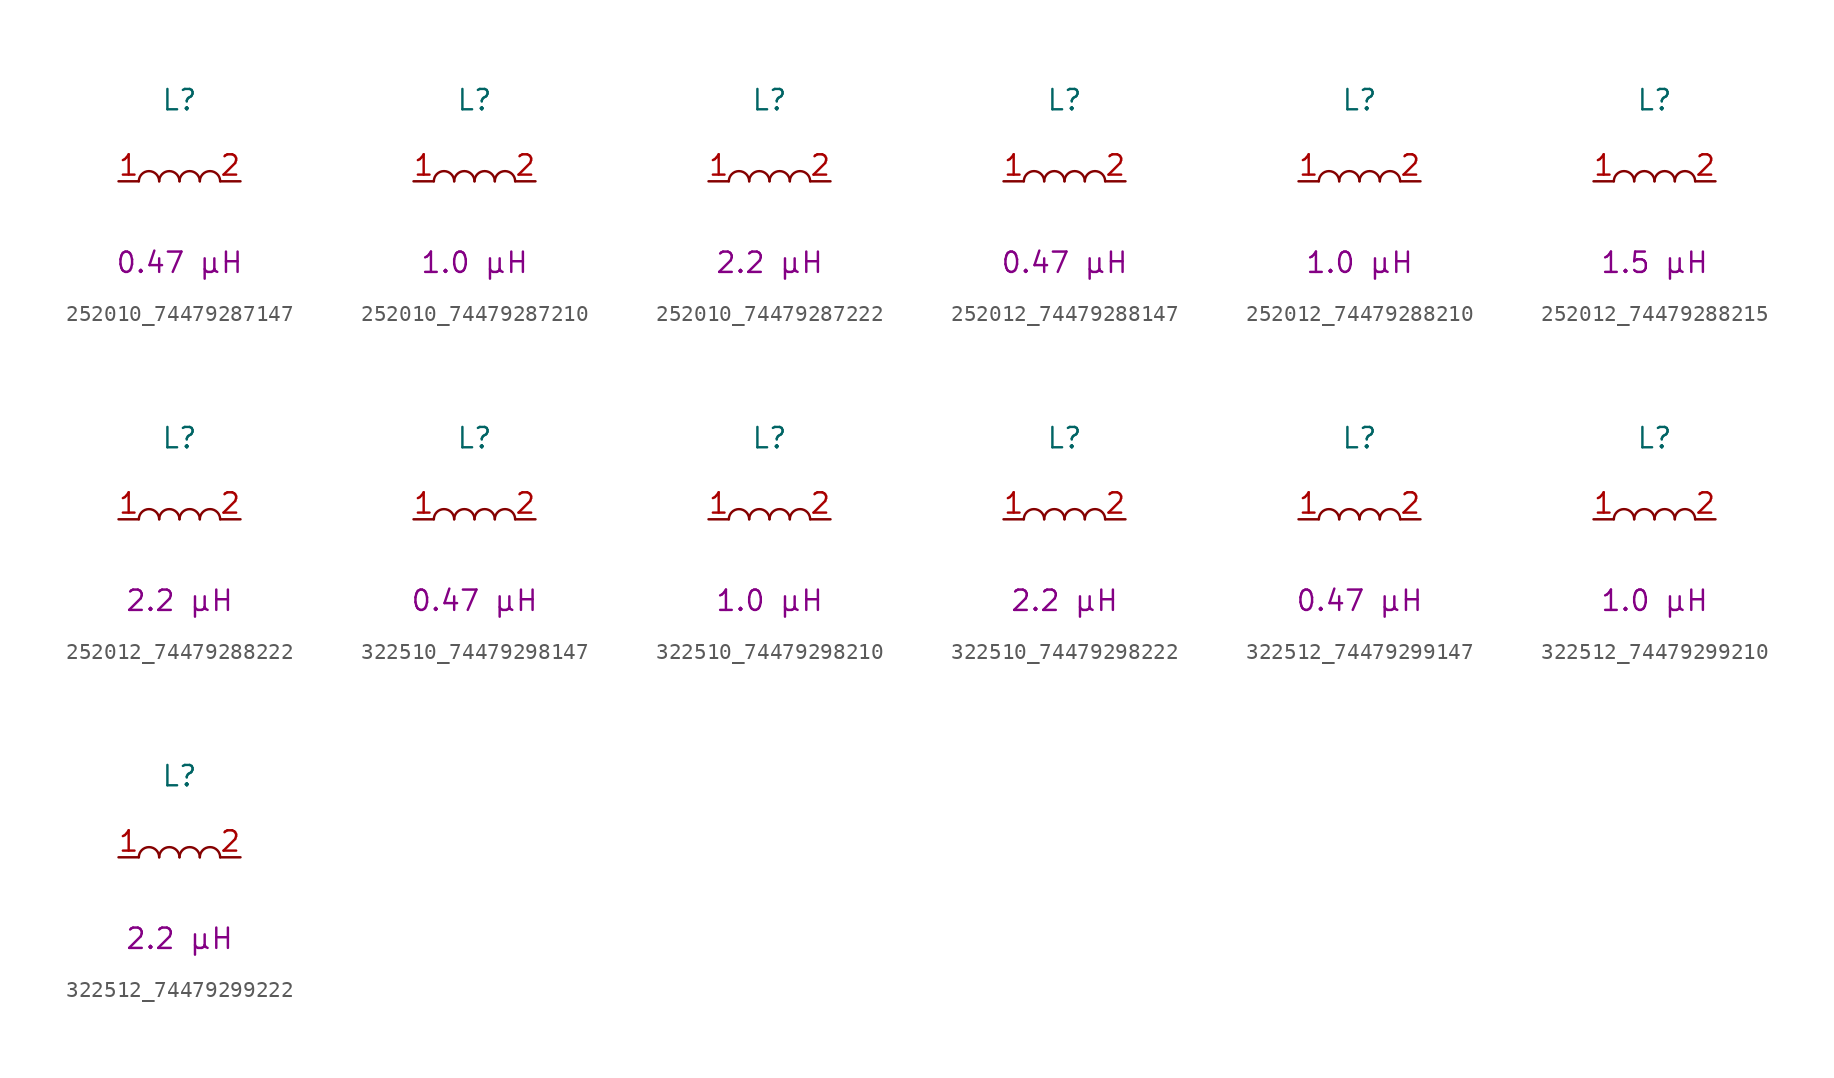
<source format=kicad_sym>
(kicad_symbol_lib
  (version 20220914)
  (generator kicad_symbol_editor)
  (symbol "252010_74479287147"
    (pin_names hide)
    (property "Reference" "L"
      (at 0 5.08 0)
      (effects (font (size 1.27 1.27))))
    (property "Critical Parameter" "0.47 µH"
      (at 0 -5.08 0)
      (effects (font (size 1.27 1.27))))
    (symbol "252010_74479287147_0_1"
      (arc (start -1.27 0) (mid -1.905 0.6323) (end -2.54 0) (stroke (width 0) (type default)) (fill (type none)))
      (arc (start 0 0) (mid -0.635 0.6323) (end -1.27 0) (stroke (width 0) (type default)) (fill (type none)))
      (arc (start 1.27 0) (mid 0.635 0.6323) (end 0 0) (stroke (width 0) (type default)) (fill (type none)))
      (arc (start 2.54 0) (mid 1.905 0.6323) (end 1.27 0) (stroke (width 0) (type default)) (fill (type none))))
    (symbol "252010_74479287147_1_1"
      (pin passive line (at -3.81 0 0) (length 1.27) (name "1" (effects (font (size 1.27 1.27)))) (number "1" (effects (font (size 1.27 1.27)))))
      (pin passive line (at 3.81 0 180) (length 1.27) (name "2" (effects (font (size 1.27 1.27)))) (number "2" (effects (font (size 1.27 1.27)))))))
  (symbol "252010_74479287210"
    (pin_names hide)
    (property "Reference" "L"
      (at 0 5.08 0)
      (effects (font (size 1.27 1.27))))
    (property "Critical Parameter" "1.0 µH"
      (at 0 -5.08 0)
      (effects (font (size 1.27 1.27))))
    (symbol "252010_74479287210_0_1"
      (arc (start -1.27 0) (mid -1.905 0.6323) (end -2.54 0) (stroke (width 0) (type default)) (fill (type none)))
      (arc (start 0 0) (mid -0.635 0.6323) (end -1.27 0) (stroke (width 0) (type default)) (fill (type none)))
      (arc (start 1.27 0) (mid 0.635 0.6323) (end 0 0) (stroke (width 0) (type default)) (fill (type none)))
      (arc (start 2.54 0) (mid 1.905 0.6323) (end 1.27 0) (stroke (width 0) (type default)) (fill (type none))))
    (symbol "252010_74479287210_1_1"
      (pin passive line (at -3.81 0 0) (length 1.27) (name "1" (effects (font (size 1.27 1.27)))) (number "1" (effects (font (size 1.27 1.27)))))
      (pin passive line (at 3.81 0 180) (length 1.27) (name "2" (effects (font (size 1.27 1.27)))) (number "2" (effects (font (size 1.27 1.27)))))))
  (symbol "252010_74479287222"
    (pin_names hide)
    (property "Reference" "L"
      (at 0 5.08 0)
      (effects (font (size 1.27 1.27))))
    (property "Critical Parameter" "2.2 µH"
      (at 0 -5.08 0)
      (effects (font (size 1.27 1.27))))
    (symbol "252010_74479287222_0_1"
      (arc (start -1.27 0) (mid -1.905 0.6323) (end -2.54 0) (stroke (width 0) (type default)) (fill (type none)))
      (arc (start 0 0) (mid -0.635 0.6323) (end -1.27 0) (stroke (width 0) (type default)) (fill (type none)))
      (arc (start 1.27 0) (mid 0.635 0.6323) (end 0 0) (stroke (width 0) (type default)) (fill (type none)))
      (arc (start 2.54 0) (mid 1.905 0.6323) (end 1.27 0) (stroke (width 0) (type default)) (fill (type none))))
    (symbol "252010_74479287222_1_1"
      (pin passive line (at -3.81 0 0) (length 1.27) (name "1" (effects (font (size 1.27 1.27)))) (number "1" (effects (font (size 1.27 1.27)))))
      (pin passive line (at 3.81 0 180) (length 1.27) (name "2" (effects (font (size 1.27 1.27)))) (number "2" (effects (font (size 1.27 1.27)))))))
  (symbol "252012_74479288147"
    (pin_names hide)
    (property "Reference" "L"
      (at 0 5.08 0)
      (effects (font (size 1.27 1.27))))
    (property "Critical Parameter" "0.47 µH"
      (at 0 -5.08 0)
      (effects (font (size 1.27 1.27))))
    (symbol "252012_74479288147_0_1"
      (arc (start -1.27 0) (mid -1.905 0.6323) (end -2.54 0) (stroke (width 0) (type default)) (fill (type none)))
      (arc (start 0 0) (mid -0.635 0.6323) (end -1.27 0) (stroke (width 0) (type default)) (fill (type none)))
      (arc (start 1.27 0) (mid 0.635 0.6323) (end 0 0) (stroke (width 0) (type default)) (fill (type none)))
      (arc (start 2.54 0) (mid 1.905 0.6323) (end 1.27 0) (stroke (width 0) (type default)) (fill (type none))))
    (symbol "252012_74479288147_1_1"
      (pin passive line (at -3.81 0 0) (length 1.27) (name "1" (effects (font (size 1.27 1.27)))) (number "1" (effects (font (size 1.27 1.27)))))
      (pin passive line (at 3.81 0 180) (length 1.27) (name "2" (effects (font (size 1.27 1.27)))) (number "2" (effects (font (size 1.27 1.27)))))))
  (symbol "252012_74479288210"
    (pin_names hide)
    (property "Reference" "L"
      (at 0 5.08 0)
      (effects (font (size 1.27 1.27))))
    (property "Critical Parameter" "1.0 µH"
      (at 0 -5.08 0)
      (effects (font (size 1.27 1.27))))
    (symbol "252012_74479288210_0_1"
      (arc (start -1.27 0) (mid -1.905 0.6323) (end -2.54 0) (stroke (width 0) (type default)) (fill (type none)))
      (arc (start 0 0) (mid -0.635 0.6323) (end -1.27 0) (stroke (width 0) (type default)) (fill (type none)))
      (arc (start 1.27 0) (mid 0.635 0.6323) (end 0 0) (stroke (width 0) (type default)) (fill (type none)))
      (arc (start 2.54 0) (mid 1.905 0.6323) (end 1.27 0) (stroke (width 0) (type default)) (fill (type none))))
    (symbol "252012_74479288210_1_1"
      (pin passive line (at -3.81 0 0) (length 1.27) (name "1" (effects (font (size 1.27 1.27)))) (number "1" (effects (font (size 1.27 1.27)))))
      (pin passive line (at 3.81 0 180) (length 1.27) (name "2" (effects (font (size 1.27 1.27)))) (number "2" (effects (font (size 1.27 1.27)))))))
  (symbol "252012_74479288215"
    (pin_names hide)
    (property "Reference" "L"
      (at 0 5.08 0)
      (effects (font (size 1.27 1.27))))
    (property "Critical Parameter" "1.5 µH"
      (at 0 -5.08 0)
      (effects (font (size 1.27 1.27))))
    (symbol "252012_74479288215_0_1"
      (arc (start -1.27 0) (mid -1.905 0.6323) (end -2.54 0) (stroke (width 0) (type default)) (fill (type none)))
      (arc (start 0 0) (mid -0.635 0.6323) (end -1.27 0) (stroke (width 0) (type default)) (fill (type none)))
      (arc (start 1.27 0) (mid 0.635 0.6323) (end 0 0) (stroke (width 0) (type default)) (fill (type none)))
      (arc (start 2.54 0) (mid 1.905 0.6323) (end 1.27 0) (stroke (width 0) (type default)) (fill (type none))))
    (symbol "252012_74479288215_1_1"
      (pin passive line (at -3.81 0 0) (length 1.27) (name "1" (effects (font (size 1.27 1.27)))) (number "1" (effects (font (size 1.27 1.27)))))
      (pin passive line (at 3.81 0 180) (length 1.27) (name "2" (effects (font (size 1.27 1.27)))) (number "2" (effects (font (size 1.27 1.27)))))))
  (symbol "252012_74479288222"
    (pin_names hide)
    (property "Reference" "L"
      (at 0 5.08 0)
      (effects (font (size 1.27 1.27))))
    (property "Critical Parameter" "2.2 µH"
      (at 0 -5.08 0)
      (effects (font (size 1.27 1.27))))
    (symbol "252012_74479288222_0_1"
      (arc (start -1.27 0) (mid -1.905 0.6323) (end -2.54 0) (stroke (width 0) (type default)) (fill (type none)))
      (arc (start 0 0) (mid -0.635 0.6323) (end -1.27 0) (stroke (width 0) (type default)) (fill (type none)))
      (arc (start 1.27 0) (mid 0.635 0.6323) (end 0 0) (stroke (width 0) (type default)) (fill (type none)))
      (arc (start 2.54 0) (mid 1.905 0.6323) (end 1.27 0) (stroke (width 0) (type default)) (fill (type none))))
    (symbol "252012_74479288222_1_1"
      (pin passive line (at -3.81 0 0) (length 1.27) (name "1" (effects (font (size 1.27 1.27)))) (number "1" (effects (font (size 1.27 1.27)))))
      (pin passive line (at 3.81 0 180) (length 1.27) (name "2" (effects (font (size 1.27 1.27)))) (number "2" (effects (font (size 1.27 1.27)))))))
  (symbol "322510_74479298147"
    (pin_names hide)
    (property "Reference" "L"
      (at 0 5.08 0)
      (effects (font (size 1.27 1.27))))
    (property "Critical Parameter" "0.47 µH"
      (at 0 -5.08 0)
      (effects (font (size 1.27 1.27))))
    (symbol "322510_74479298147_0_1"
      (arc (start -1.27 0) (mid -1.905 0.6323) (end -2.54 0) (stroke (width 0) (type default)) (fill (type none)))
      (arc (start 0 0) (mid -0.635 0.6323) (end -1.27 0) (stroke (width 0) (type default)) (fill (type none)))
      (arc (start 1.27 0) (mid 0.635 0.6323) (end 0 0) (stroke (width 0) (type default)) (fill (type none)))
      (arc (start 2.54 0) (mid 1.905 0.6323) (end 1.27 0) (stroke (width 0) (type default)) (fill (type none))))
    (symbol "322510_74479298147_1_1"
      (pin passive line (at -3.81 0 0) (length 1.27) (name "1" (effects (font (size 1.27 1.27)))) (number "1" (effects (font (size 1.27 1.27)))))
      (pin passive line (at 3.81 0 180) (length 1.27) (name "2" (effects (font (size 1.27 1.27)))) (number "2" (effects (font (size 1.27 1.27)))))))
  (symbol "322510_74479298210"
    (pin_names hide)
    (property "Reference" "L"
      (at 0 5.08 0)
      (effects (font (size 1.27 1.27))))
    (property "Critical Parameter" "1.0 µH"
      (at 0 -5.08 0)
      (effects (font (size 1.27 1.27))))
    (symbol "322510_74479298210_0_1"
      (arc (start -1.27 0) (mid -1.905 0.6323) (end -2.54 0) (stroke (width 0) (type default)) (fill (type none)))
      (arc (start 0 0) (mid -0.635 0.6323) (end -1.27 0) (stroke (width 0) (type default)) (fill (type none)))
      (arc (start 1.27 0) (mid 0.635 0.6323) (end 0 0) (stroke (width 0) (type default)) (fill (type none)))
      (arc (start 2.54 0) (mid 1.905 0.6323) (end 1.27 0) (stroke (width 0) (type default)) (fill (type none))))
    (symbol "322510_74479298210_1_1"
      (pin passive line (at -3.81 0 0) (length 1.27) (name "1" (effects (font (size 1.27 1.27)))) (number "1" (effects (font (size 1.27 1.27)))))
      (pin passive line (at 3.81 0 180) (length 1.27) (name "2" (effects (font (size 1.27 1.27)))) (number "2" (effects (font (size 1.27 1.27)))))))
  (symbol "322510_74479298222"
    (pin_names hide)
    (property "Reference" "L"
      (at 0 5.08 0)
      (effects (font (size 1.27 1.27))))
    (property "Critical Parameter" "2.2 µH"
      (at 0 -5.08 0)
      (effects (font (size 1.27 1.27))))
    (symbol "322510_74479298222_0_1"
      (arc (start -1.27 0) (mid -1.905 0.6323) (end -2.54 0) (stroke (width 0) (type default)) (fill (type none)))
      (arc (start 0 0) (mid -0.635 0.6323) (end -1.27 0) (stroke (width 0) (type default)) (fill (type none)))
      (arc (start 1.27 0) (mid 0.635 0.6323) (end 0 0) (stroke (width 0) (type default)) (fill (type none)))
      (arc (start 2.54 0) (mid 1.905 0.6323) (end 1.27 0) (stroke (width 0) (type default)) (fill (type none))))
    (symbol "322510_74479298222_1_1"
      (pin passive line (at -3.81 0 0) (length 1.27) (name "1" (effects (font (size 1.27 1.27)))) (number "1" (effects (font (size 1.27 1.27)))))
      (pin passive line (at 3.81 0 180) (length 1.27) (name "2" (effects (font (size 1.27 1.27)))) (number "2" (effects (font (size 1.27 1.27)))))))
  (symbol "322512_74479299147"
    (pin_names hide)
    (property "Reference" "L"
      (at 0 5.08 0)
      (effects (font (size 1.27 1.27))))
    (property "Critical Parameter" "0.47 µH"
      (at 0 -5.08 0)
      (effects (font (size 1.27 1.27))))
    (symbol "322512_74479299147_0_1"
      (arc (start -1.27 0) (mid -1.905 0.6323) (end -2.54 0) (stroke (width 0) (type default)) (fill (type none)))
      (arc (start 0 0) (mid -0.635 0.6323) (end -1.27 0) (stroke (width 0) (type default)) (fill (type none)))
      (arc (start 1.27 0) (mid 0.635 0.6323) (end 0 0) (stroke (width 0) (type default)) (fill (type none)))
      (arc (start 2.54 0) (mid 1.905 0.6323) (end 1.27 0) (stroke (width 0) (type default)) (fill (type none))))
    (symbol "322512_74479299147_1_1"
      (pin passive line (at -3.81 0 0) (length 1.27) (name "1" (effects (font (size 1.27 1.27)))) (number "1" (effects (font (size 1.27 1.27)))))
      (pin passive line (at 3.81 0 180) (length 1.27) (name "2" (effects (font (size 1.27 1.27)))) (number "2" (effects (font (size 1.27 1.27)))))))
  (symbol "322512_74479299210"
    (pin_names hide)
    (property "Reference" "L"
      (at 0 5.08 0)
      (effects (font (size 1.27 1.27))))
    (property "Critical Parameter" "1.0 µH"
      (at 0 -5.08 0)
      (effects (font (size 1.27 1.27))))
    (symbol "322512_74479299210_0_1"
      (arc (start -1.27 0) (mid -1.905 0.6323) (end -2.54 0) (stroke (width 0) (type default)) (fill (type none)))
      (arc (start 0 0) (mid -0.635 0.6323) (end -1.27 0) (stroke (width 0) (type default)) (fill (type none)))
      (arc (start 1.27 0) (mid 0.635 0.6323) (end 0 0) (stroke (width 0) (type default)) (fill (type none)))
      (arc (start 2.54 0) (mid 1.905 0.6323) (end 1.27 0) (stroke (width 0) (type default)) (fill (type none))))
    (symbol "322512_74479299210_1_1"
      (pin passive line (at -3.81 0 0) (length 1.27) (name "1" (effects (font (size 1.27 1.27)))) (number "1" (effects (font (size 1.27 1.27)))))
      (pin passive line (at 3.81 0 180) (length 1.27) (name "2" (effects (font (size 1.27 1.27)))) (number "2" (effects (font (size 1.27 1.27)))))))
  (symbol "322512_74479299222"
    (pin_names hide)
    (property "Reference" "L"
      (at 0 5.08 0)
      (effects (font (size 1.27 1.27))))
    (property "Critical Parameter" "2.2 µH"
      (at 0 -5.08 0)
      (effects (font (size 1.27 1.27))))
    (symbol "322512_74479299222_0_1"
      (arc (start -1.27 0) (mid -1.905 0.6323) (end -2.54 0) (stroke (width 0) (type default)) (fill (type none)))
      (arc (start 0 0) (mid -0.635 0.6323) (end -1.27 0) (stroke (width 0) (type default)) (fill (type none)))
      (arc (start 1.27 0) (mid 0.635 0.6323) (end 0 0) (stroke (width 0) (type default)) (fill (type none)))
      (arc (start 2.54 0) (mid 1.905 0.6323) (end 1.27 0) (stroke (width 0) (type default)) (fill (type none))))
    (symbol "322512_74479299222_1_1"
      (pin passive line (at -3.81 0 0) (length 1.27) (name "1" (effects (font (size 1.27 1.27)))) (number "1" (effects (font (size 1.27 1.27)))))
      (pin passive line (at 3.81 0 180) (length 1.27) (name "2" (effects (font (size 1.27 1.27)))) (number "2" (effects (font (size 1.27 1.27))))))))
</source>
